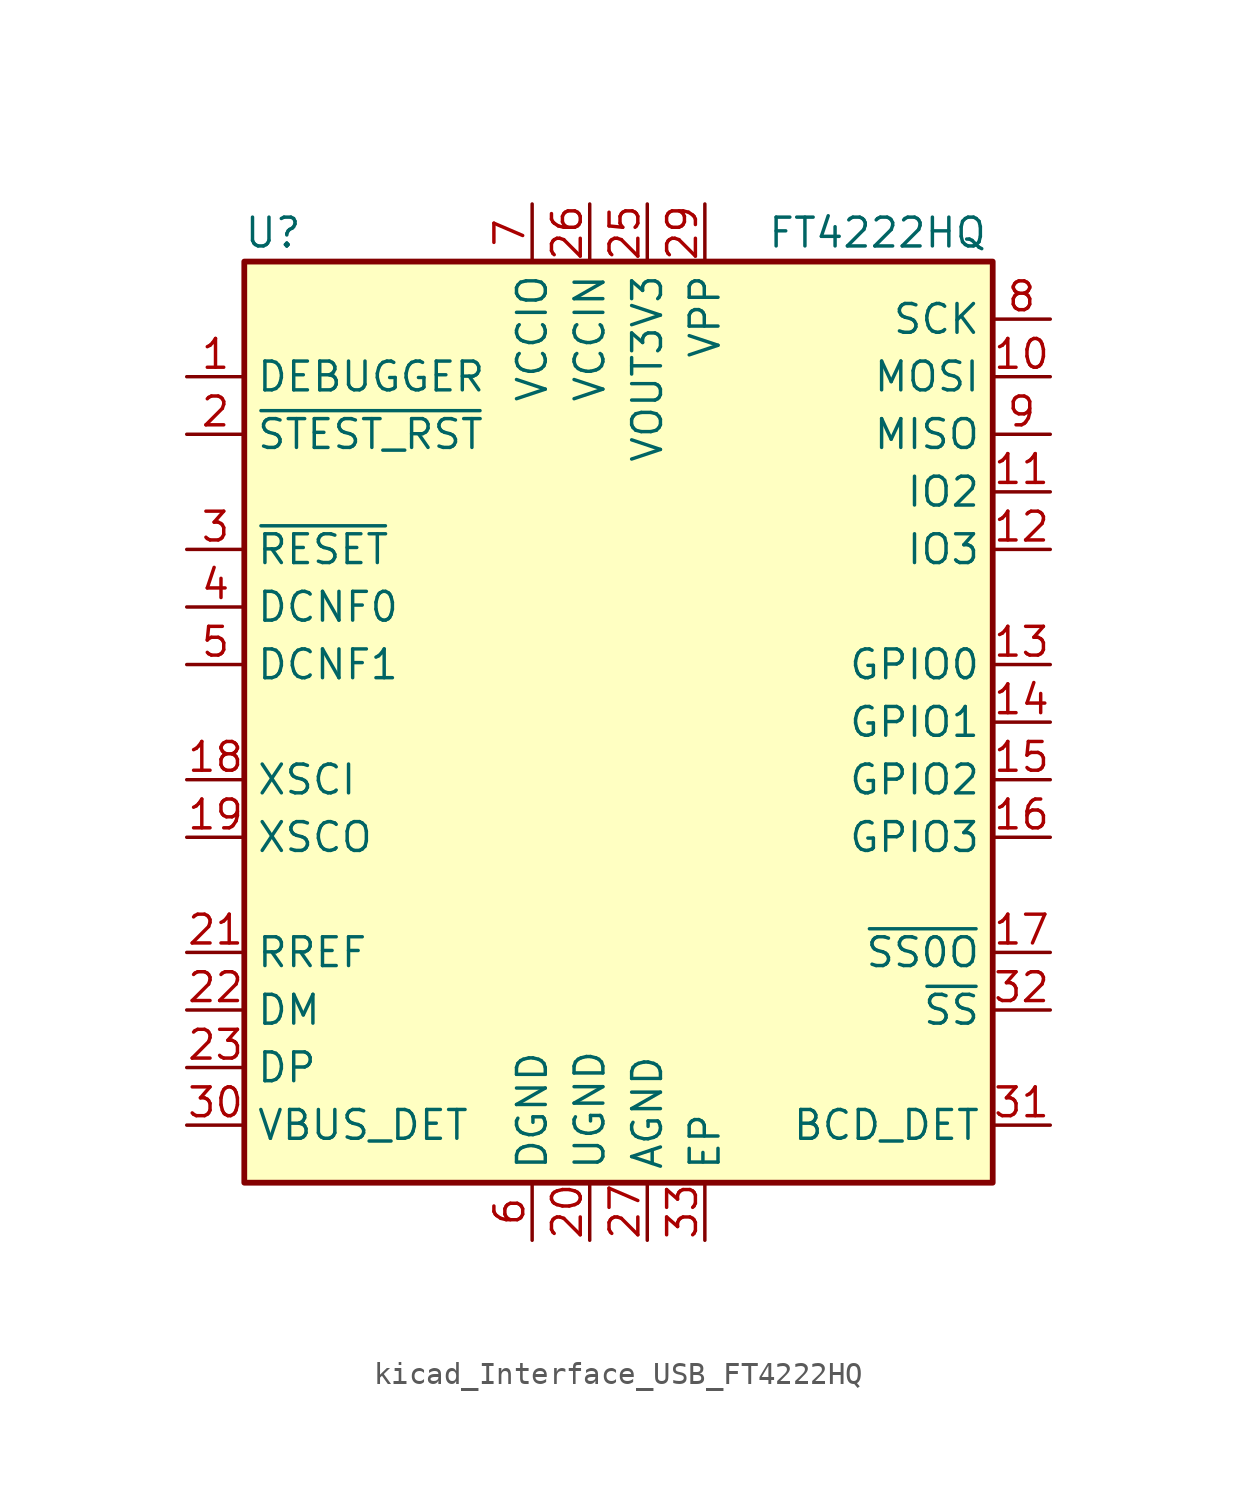
<source format=kicad_sym>
(kicad_symbol_lib
  (version 20220914)
  (generator kicad_symbol_editor)
  (symbol "kicad_Interface_USB_FT4222HQ"
    (property "Reference" "U"
      (at -16.51 21.59 0)
      (effects (font (size 1.27 1.27))))
    (property "Value" "FT4222HQ"
      (at 10.16 21.59 0)
      (effects (font (size 1.27 1.27))))
    (symbol "kicad_Interface_USB_FT4222HQ_0_1"
      (rectangle (start 15.24 20.32) (end -17.78 -20.32) (stroke (width 0.254) (type default)) (fill (type background))))
    (symbol "kicad_Interface_USB_FT4222HQ_1_1"
      (pin bidirectional line (at -20.32 15.24 0) (length 2.54) (name "DEBUGGER" (effects (font (size 1.27 1.27)))) (number "1" (effects (font (size 1.27 1.27)))))
      (pin bidirectional line (at 17.78 15.24 180) (length 2.54) (name "MOSI" (effects (font (size 1.27 1.27)))) (number "10" (effects (font (size 1.27 1.27)))))
      (pin bidirectional line (at 17.78 10.16 180) (length 2.54) (name "IO2" (effects (font (size 1.27 1.27)))) (number "11" (effects (font (size 1.27 1.27)))))
      (pin bidirectional line (at 17.78 7.62 180) (length 2.54) (name "IO3" (effects (font (size 1.27 1.27)))) (number "12" (effects (font (size 1.27 1.27)))))
      (pin bidirectional line (at 17.78 2.54 180) (length 2.54) (name "GPIO0" (effects (font (size 1.27 1.27)))) (number "13" (effects (font (size 1.27 1.27)))))
      (pin bidirectional line (at 17.78 0 180) (length 2.54) (name "GPIO1" (effects (font (size 1.27 1.27)))) (number "14" (effects (font (size 1.27 1.27)))))
      (pin bidirectional line (at 17.78 -2.54 180) (length 2.54) (name "GPIO2" (effects (font (size 1.27 1.27)))) (number "15" (effects (font (size 1.27 1.27)))))
      (pin bidirectional line (at 17.78 -5.08 180) (length 2.54) (name "GPIO3" (effects (font (size 1.27 1.27)))) (number "16" (effects (font (size 1.27 1.27)))))
      (pin output line (at 17.78 -10.16 180) (length 2.54) (name "~{SS0O}" (effects (font (size 1.27 1.27)))) (number "17" (effects (font (size 1.27 1.27)))))
      (pin input line (at -20.32 -2.54 0) (length 2.54) (name "XSCI" (effects (font (size 1.27 1.27)))) (number "18" (effects (font (size 1.27 1.27)))))
      (pin output line (at -20.32 -5.08 0) (length 2.54) (name "XSCO" (effects (font (size 1.27 1.27)))) (number "19" (effects (font (size 1.27 1.27)))))
      (pin input line (at -20.32 12.7 0) (length 2.54) (name "~{STEST_RST}" (effects (font (size 1.27 1.27)))) (number "2" (effects (font (size 1.27 1.27)))))
      (pin power_in line (at -2.54 -22.86 90) (length 2.54) (name "UGND" (effects (font (size 1.27 1.27)))) (number "20" (effects (font (size 1.27 1.27)))))
      (pin input line (at -20.32 -10.16 0) (length 2.54) (name "RREF" (effects (font (size 1.27 1.27)))) (number "21" (effects (font (size 1.27 1.27)))))
      (pin bidirectional line (at -20.32 -12.7 0) (length 2.54) (name "DM" (effects (font (size 1.27 1.27)))) (number "22" (effects (font (size 1.27 1.27)))))
      (pin bidirectional line (at -20.32 -15.24 0) (length 2.54) (name "DP" (effects (font (size 1.27 1.27)))) (number "23" (effects (font (size 1.27 1.27)))))
      (pin passive line (at -2.54 -22.86 90) (length 2.54) hide (name "UGND" (effects (font (size 1.27 1.27)))) (number "24" (effects (font (size 1.27 1.27)))))
      (pin unspecified line (at 0 22.86 270) (length 2.54) (name "VOUT3V3" (effects (font (size 1.27 1.27)))) (number "25" (effects (font (size 1.27 1.27)))))
      (pin power_in line (at -2.54 22.86 270) (length 2.54) (name "VCCIN" (effects (font (size 1.27 1.27)))) (number "26" (effects (font (size 1.27 1.27)))))
      (pin power_in line (at 0 -22.86 90) (length 2.54) (name "AGND" (effects (font (size 1.27 1.27)))) (number "27" (effects (font (size 1.27 1.27)))))
      (pin passive line (at -5.08 -22.86 90) (length 2.54) hide (name "DGND" (effects (font (size 1.27 1.27)))) (number "28" (effects (font (size 1.27 1.27)))))
      (pin power_in line (at 2.54 22.86 270) (length 2.54) (name "VPP" (effects (font (size 1.27 1.27)))) (number "29" (effects (font (size 1.27 1.27)))))
      (pin input line (at -20.32 7.62 0) (length 2.54) (name "~{RESET}" (effects (font (size 1.27 1.27)))) (number "3" (effects (font (size 1.27 1.27)))))
      (pin input line (at -20.32 -17.78 0) (length 2.54) (name "VBUS_DET" (effects (font (size 1.27 1.27)))) (number "30" (effects (font (size 1.27 1.27)))))
      (pin output line (at 17.78 -17.78 180) (length 2.54) (name "BCD_DET" (effects (font (size 1.27 1.27)))) (number "31" (effects (font (size 1.27 1.27)))))
      (pin input line (at 17.78 -12.7 180) (length 2.54) (name "~{SS}" (effects (font (size 1.27 1.27)))) (number "32" (effects (font (size 1.27 1.27)))))
      (pin power_in line (at 2.54 -22.86 90) (length 2.54) (name "EP" (effects (font (size 1.27 1.27)))) (number "33" (effects (font (size 1.27 1.27)))))
      (pin input line (at -20.32 5.08 0) (length 2.54) (name "DCNF0" (effects (font (size 1.27 1.27)))) (number "4" (effects (font (size 1.27 1.27)))))
      (pin input line (at -20.32 2.54 0) (length 2.54) (name "DCNF1" (effects (font (size 1.27 1.27)))) (number "5" (effects (font (size 1.27 1.27)))))
      (pin power_in line (at -5.08 -22.86 90) (length 2.54) (name "DGND" (effects (font (size 1.27 1.27)))) (number "6" (effects (font (size 1.27 1.27)))))
      (pin power_in line (at -5.08 22.86 270) (length 2.54) (name "VCCIO" (effects (font (size 1.27 1.27)))) (number "7" (effects (font (size 1.27 1.27)))))
      (pin bidirectional line (at 17.78 17.78 180) (length 2.54) (name "SCK" (effects (font (size 1.27 1.27)))) (number "8" (effects (font (size 1.27 1.27)))))
      (pin bidirectional line (at 17.78 12.7 180) (length 2.54) (name "MISO" (effects (font (size 1.27 1.27)))) (number "9" (effects (font (size 1.27 1.27))))))))
</source>
